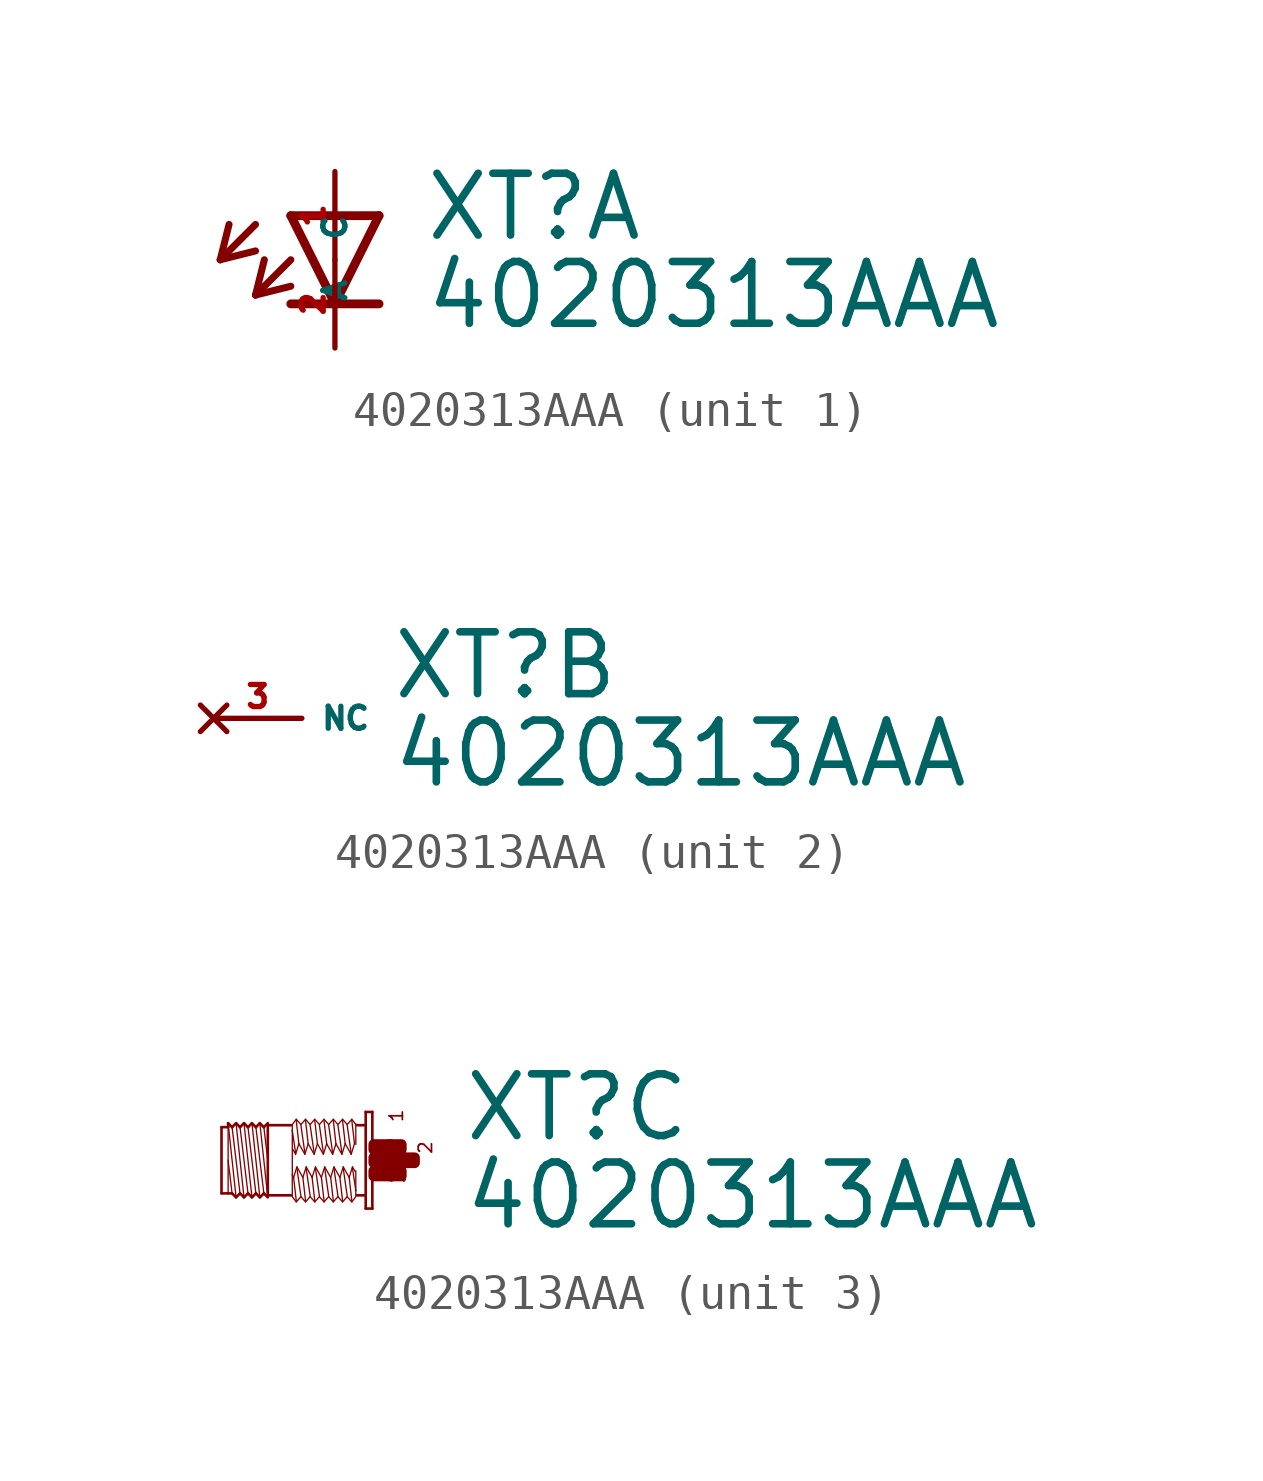
<source format=kicad_sym>
(kicad_symbol_lib
  (version 20220914)
  (generator Eagle2Kicad)
  (symbol "4020313AAA"
    (property "Reference" "XT"
      (at 2.54 0.483 0)
      (effects (font (size 1.778 1.778) (thickness 0.22)) (justify left bottom)))
    (property "Value" "4020313AAA"
      (at 2.54 -2.057 0)
      (effects (font (size 1.778 1.778) (thickness 0.22)) (justify left bottom)))
    (symbol "4020313AAA_1_0"
      (polyline (pts (xy -1.27 1.27) (xy 0 -1.27)) (stroke (width 0.254) (type default)) (fill (type none)))
      (polyline (pts (xy 0 -1.27) (xy 1.27 1.27)) (stroke (width 0.254) (type default)) (fill (type none)))
      (polyline (pts (xy 1.27 -1.27) (xy 0 -1.27)) (stroke (width 0.254) (type default)) (fill (type none)))
      (polyline (pts (xy 1.27 1.27) (xy -1.27 1.27)) (stroke (width 0.254) (type default)) (fill (type none)))
      (polyline (pts (xy 0 -1.27) (xy -1.27 -1.27)) (stroke (width 0.254) (type default)) (fill (type none)))
      (polyline (pts (xy -2.286 1.016) (xy -3.302 0)) (stroke (width 0.203) (type default)) (fill (type none)))
      (polyline (pts (xy -3.302 0) (xy -2.286 0.254)) (stroke (width 0.203) (type default)) (fill (type none)))
      (polyline (pts (xy -3.302 0) (xy -3.048 1.016)) (stroke (width 0.203) (type default)) (fill (type none)))
      (polyline (pts (xy -1.27 0) (xy -2.286 -1.016)) (stroke (width 0.203) (type default)) (fill (type none)))
      (polyline (pts (xy -2.286 -1.016) (xy -1.27 -0.762)) (stroke (width 0.203) (type default)) (fill (type none)))
      (polyline (pts (xy -2.286 -1.016) (xy -2.032 0)) (stroke (width 0.203) (type default)) (fill (type none)))
      (pin passive line (at 0 2.54 270) (length 2.54) (name "A" (effects (font (size 0.635 0.635) (thickness 0.08)) (justify left bottom))) (number "1" (effects (font (size 0.635 0.635) (thickness 0.08)) (justify left bottom))))
      (pin passive line (at 0 -2.54 90) (length 2.54) (name "C" (effects (font (size 0.635 0.635) (thickness 0.08)) (justify left bottom))) (number "2" (effects (font (size 0.635 0.635) (thickness 0.08)) (justify left bottom)))))
    (symbol "4020313AAA_2_0"
      (pin no_connect line (at -2.54 0 0) (length 2.54) (name "NC" (effects (font (size 0.635 0.635) (thickness 0.08)) (justify left bottom) hide)) (number "3" (effects (font (size 0.635 0.635) (thickness 0.08)) (justify left bottom) hide))))
    (symbol "4020313AAA_3_0"
      (polyline (pts (xy -3.048 -1.067) (xy -3.277 1.067)) (stroke (width 0.038) (type default)) (fill (type none)))
      (polyline (pts (xy -3.162 0.953) (xy -3.048 0)) (stroke (width 0.038) (type default)) (fill (type none)))
      (polyline (pts (xy -3.162 -0.953) (xy -3.391 0.953)) (stroke (width 0.038) (type default)) (fill (type none)))
      (polyline (pts (xy -3.277 -1.067) (xy -3.505 1.067)) (stroke (width 0.038) (type default)) (fill (type none)))
      (polyline (pts (xy -3.391 -0.953) (xy -3.619 0.953)) (stroke (width 0.038) (type default)) (fill (type none)))
      (polyline (pts (xy -3.505 -1.067) (xy -3.734 1.067)) (stroke (width 0.038) (type default)) (fill (type none)))
      (polyline (pts (xy -3.619 -0.953) (xy -3.848 0.953)) (stroke (width 0.038) (type default)) (fill (type none)))
      (polyline (pts (xy -3.734 -1.067) (xy -3.962 1.067)) (stroke (width 0.038) (type default)) (fill (type none)))
      (polyline (pts (xy -3.848 -0.953) (xy -4.077 0.953)) (stroke (width 0.038) (type default)) (fill (type none)))
      (polyline (pts (xy -3.962 -1.067) (xy -4.191 1.067)) (stroke (width 0.038) (type default)) (fill (type none)))
      (polyline (pts (xy -4.191 0) (xy -4.077 -0.953)) (stroke (width 0.038) (type default)) (fill (type none)))
      (polyline (pts (xy -4.191 1.029) (xy -4.191 0.953)) (stroke (width 0.038) (type default)) (fill (type none)))
      (polyline (pts (xy -4.191 0.953) (xy -4.191 -0.953)) (stroke (width 0.038) (type default)) (fill (type none)))
      (polyline (pts (xy -4.381 -0.953) (xy -4.381 0.953)) (stroke (width 0.076) (type default)) (fill (type none)))
      (polyline (pts (xy -4.381 0.953) (xy -4.191 0.953)) (stroke (width 0.076) (type default)) (fill (type none)))
      (polyline (pts (xy -4.191 0.953) (xy -4.191 1.067)) (stroke (width 0.076) (type default)) (fill (type none)))
      (polyline (pts (xy -4.191 1.067) (xy -4.077 0.953)) (stroke (width 0.076) (type default)) (fill (type none)))
      (polyline (pts (xy -4.077 0.953) (xy -3.962 1.067)) (stroke (width 0.076) (type default)) (fill (type none)))
      (polyline (pts (xy -3.962 1.067) (xy -3.848 0.953)) (stroke (width 0.076) (type default)) (fill (type none)))
      (polyline (pts (xy -3.848 0.953) (xy -3.734 1.067)) (stroke (width 0.076) (type default)) (fill (type none)))
      (polyline (pts (xy -3.734 1.067) (xy -3.619 0.953)) (stroke (width 0.076) (type default)) (fill (type none)))
      (polyline (pts (xy -3.619 0.953) (xy -3.505 1.067)) (stroke (width 0.076) (type default)) (fill (type none)))
      (polyline (pts (xy -3.277 1.067) (xy -3.162 0.953)) (stroke (width 0.076) (type default)) (fill (type none)))
      (polyline (pts (xy -3.162 0.953) (xy -3.048 1.067)) (stroke (width 0.076) (type default)) (fill (type none)))
      (polyline (pts (xy -3.048 -1.067) (xy -3.162 -0.953)) (stroke (width 0.076) (type default)) (fill (type none)))
      (polyline (pts (xy -3.162 -0.953) (xy -3.277 -1.067)) (stroke (width 0.076) (type default)) (fill (type none)))
      (polyline (pts (xy -3.277 -1.067) (xy -3.391 -0.953)) (stroke (width 0.076) (type default)) (fill (type none)))
      (polyline (pts (xy -3.391 -0.953) (xy -3.505 -1.067)) (stroke (width 0.076) (type default)) (fill (type none)))
      (polyline (pts (xy -3.505 -1.067) (xy -3.619 -0.953)) (stroke (width 0.076) (type default)) (fill (type none)))
      (polyline (pts (xy -3.619 -0.953) (xy -3.734 -1.067)) (stroke (width 0.076) (type default)) (fill (type none)))
      (polyline (pts (xy -3.734 -1.067) (xy -3.848 -0.953)) (stroke (width 0.076) (type default)) (fill (type none)))
      (polyline (pts (xy -3.848 -0.953) (xy -3.962 -1.067)) (stroke (width 0.076) (type default)) (fill (type none)))
      (polyline (pts (xy -3.962 -1.067) (xy -4.077 -0.953)) (stroke (width 0.076) (type default)) (fill (type none)))
      (polyline (pts (xy -4.077 -0.953) (xy -4.191 -0.953)) (stroke (width 0.076) (type default)) (fill (type none)))
      (polyline (pts (xy -4.191 -0.953) (xy -4.381 -0.953)) (stroke (width 0.076) (type default)) (fill (type none)))
      (polyline (pts (xy -3.048 1.029) (xy -3.048 1.01)) (stroke (width 0.076) (type default)) (fill (type none)))
      (polyline (pts (xy -3.048 1.01) (xy -3.048 -1.01)) (stroke (width 0.076) (type default)) (fill (type none)))
      (polyline (pts (xy -3.048 -1.01) (xy -3.048 -1.029)) (stroke (width 0.076) (type default)) (fill (type none)))
      (polyline (pts (xy -0.038 1.391) (xy -0.038 -1.391)) (stroke (width 0.076) (type default)) (fill (type none)))
      (polyline (pts (xy -0.038 -1.391) (xy -0.229 -1.391)) (stroke (width 0.076) (type default)) (fill (type none)))
      (polyline (pts (xy -0.229 -1.391) (xy -0.229 1.391)) (stroke (width 0.076) (type default)) (fill (type none)))
      (polyline (pts (xy -0.229 1.391) (xy -0.038 1.391)) (stroke (width 0.076) (type default)) (fill (type none)))
      (polyline (pts (xy -0.267 1.01) (xy -0.476 1.01)) (stroke (width 0.076) (type default)) (fill (type none)))
      (polyline (pts (xy -0.267 -1.01) (xy -0.476 -1.01)) (stroke (width 0.076) (type default)) (fill (type none)))
      (polyline (pts (xy -2.381 -1.01) (xy -3.048 -1.01)) (stroke (width 0.076) (type default)) (fill (type none)))
      (polyline (pts (xy -3.048 1.01) (xy -2.381 1.01)) (stroke (width 0.076) (type default)) (fill (type none)))
      (polyline (pts (xy -0.514 -1.048) (xy -0.629 -1.2)) (stroke (width 0.038) (type default)) (fill (type none)))
      (polyline (pts (xy -0.629 -1.2) (xy -0.762 -1.048)) (stroke (width 0.038) (type default)) (fill (type none)))
      (polyline (pts (xy -0.762 -1.048) (xy -0.895 -1.2)) (stroke (width 0.038) (type default)) (fill (type none)))
      (polyline (pts (xy -0.895 -1.2) (xy -1.029 -1.048)) (stroke (width 0.038) (type default)) (fill (type none)))
      (polyline (pts (xy -1.029 -1.048) (xy -1.162 -1.2)) (stroke (width 0.038) (type default)) (fill (type none)))
      (polyline (pts (xy -1.162 -1.2) (xy -1.295 -1.048)) (stroke (width 0.038) (type default)) (fill (type none)))
      (polyline (pts (xy -1.295 -1.048) (xy -1.429 -1.2)) (stroke (width 0.038) (type default)) (fill (type none)))
      (polyline (pts (xy -1.429 -1.2) (xy -1.562 -1.048)) (stroke (width 0.038) (type default)) (fill (type none)))
      (polyline (pts (xy -1.562 -1.048) (xy -1.696 -1.2)) (stroke (width 0.038) (type default)) (fill (type none)))
      (polyline (pts (xy -1.696 -1.2) (xy -1.829 -1.048)) (stroke (width 0.038) (type default)) (fill (type none)))
      (polyline (pts (xy -1.829 -1.048) (xy -1.962 -1.2)) (stroke (width 0.038) (type default)) (fill (type none)))
      (polyline (pts (xy -1.962 -1.2) (xy -2.095 -1.048)) (stroke (width 0.038) (type default)) (fill (type none)))
      (polyline (pts (xy -2.095 -1.048) (xy -2.229 -1.2)) (stroke (width 0.038) (type default)) (fill (type none)))
      (polyline (pts (xy -2.229 -1.2) (xy -2.343 -1.048)) (stroke (width 0.038) (type default)) (fill (type none)))
      (polyline (pts (xy -2.343 -1.048) (xy -2.343 -0.419)) (stroke (width 0.038) (type default)) (fill (type none)))
      (polyline (pts (xy -2.343 -0.419) (xy -2.343 0.857)) (stroke (width 0.038) (type default)) (fill (type none)))
      (polyline (pts (xy -2.343 0.857) (xy -2.343 1.029)) (stroke (width 0.038) (type default)) (fill (type none)))
      (polyline (pts (xy -0.514 1.048) (xy -0.514 1.029)) (stroke (width 0.038) (type default)) (fill (type none)))
      (polyline (pts (xy -0.514 1.029) (xy -0.514 0.457)) (stroke (width 0.038) (type default)) (fill (type none)))
      (polyline (pts (xy -0.514 -0.305) (xy -0.514 -0.876)) (stroke (width 0.038) (type default)) (fill (type none)))
      (polyline (pts (xy -0.514 -0.876) (xy -0.514 -1.029)) (stroke (width 0.038) (type default)) (fill (type none)))
      (polyline (pts (xy -0.533 -0.324) (xy -0.61 -0.191)) (stroke (width 0.038) (type default)) (fill (type none)))
      (polyline (pts (xy -0.61 -0.191) (xy -0.705 -0.495)) (stroke (width 0.038) (type default)) (fill (type none)))
      (polyline (pts (xy -0.705 -0.495) (xy -0.876 -0.191)) (stroke (width 0.038) (type default)) (fill (type none)))
      (polyline (pts (xy -0.876 -0.191) (xy -0.972 -0.495)) (stroke (width 0.038) (type default)) (fill (type none)))
      (polyline (pts (xy -0.972 -0.495) (xy -1.143 -0.191)) (stroke (width 0.038) (type default)) (fill (type none)))
      (polyline (pts (xy -1.143 -0.191) (xy -1.238 -0.495)) (stroke (width 0.038) (type default)) (fill (type none)))
      (polyline (pts (xy -1.238 -0.495) (xy -1.41 -0.191)) (stroke (width 0.038) (type default)) (fill (type none)))
      (polyline (pts (xy -1.41 -0.191) (xy -1.505 -0.495)) (stroke (width 0.038) (type default)) (fill (type none)))
      (polyline (pts (xy -1.505 -0.495) (xy -1.676 -0.191)) (stroke (width 0.038) (type default)) (fill (type none)))
      (polyline (pts (xy -1.676 -0.191) (xy -1.772 -0.495)) (stroke (width 0.038) (type default)) (fill (type none)))
      (polyline (pts (xy -1.772 -0.495) (xy -1.943 -0.191)) (stroke (width 0.038) (type default)) (fill (type none)))
      (polyline (pts (xy -1.943 -0.191) (xy -2.038 -0.495)) (stroke (width 0.038) (type default)) (fill (type none)))
      (polyline (pts (xy -2.038 -0.495) (xy -2.21 -0.191)) (stroke (width 0.038) (type default)) (fill (type none)))
      (polyline (pts (xy -2.21 -0.191) (xy -2.305 -0.495)) (stroke (width 0.038) (type default)) (fill (type none)))
      (polyline (pts (xy -2.305 -0.495) (xy -2.343 -0.419)) (stroke (width 0.038) (type default)) (fill (type none)))
      (polyline (pts (xy -2.229 -1.162) (xy -2.305 -0.495)) (stroke (width 0.038) (type default)) (fill (type none)))
      (polyline (pts (xy -2.095 -1.029) (xy -2.21 -0.229)) (stroke (width 0.038) (type default)) (fill (type none)))
      (polyline (pts (xy -1.962 -1.162) (xy -2.038 -0.495)) (stroke (width 0.038) (type default)) (fill (type none)))
      (polyline (pts (xy -1.829 -1.029) (xy -1.943 -0.229)) (stroke (width 0.038) (type default)) (fill (type none)))
      (polyline (pts (xy -1.562 -1.029) (xy -1.676 -0.229)) (stroke (width 0.038) (type default)) (fill (type none)))
      (polyline (pts (xy -1.429 -1.162) (xy -1.505 -0.495)) (stroke (width 0.038) (type default)) (fill (type none)))
      (polyline (pts (xy -1.295 -1.029) (xy -1.41 -0.229)) (stroke (width 0.038) (type default)) (fill (type none)))
      (polyline (pts (xy -1.162 -1.162) (xy -1.238 -0.495)) (stroke (width 0.038) (type default)) (fill (type none)))
      (polyline (pts (xy -1.029 -1.029) (xy -1.143 -0.229)) (stroke (width 0.038) (type default)) (fill (type none)))
      (polyline (pts (xy -0.895 -1.162) (xy -0.972 -0.495)) (stroke (width 0.038) (type default)) (fill (type none)))
      (polyline (pts (xy -0.762 -1.029) (xy -0.876 -0.229)) (stroke (width 0.038) (type default)) (fill (type none)))
      (polyline (pts (xy -0.629 -1.162) (xy -0.705 -0.495)) (stroke (width 0.038) (type default)) (fill (type none)))
      (polyline (pts (xy -0.514 -0.876) (xy -0.61 -0.229)) (stroke (width 0.038) (type default)) (fill (type none)))
      (polyline (pts (xy -2.343 1.029) (xy -2.229 1.181)) (stroke (width 0.038) (type default)) (fill (type none)))
      (polyline (pts (xy -2.229 1.181) (xy -2.095 1.029)) (stroke (width 0.038) (type default)) (fill (type none)))
      (polyline (pts (xy -2.095 1.029) (xy -1.962 1.181)) (stroke (width 0.038) (type default)) (fill (type none)))
      (polyline (pts (xy -1.962 1.181) (xy -1.829 1.029)) (stroke (width 0.038) (type default)) (fill (type none)))
      (polyline (pts (xy -1.829 1.029) (xy -1.696 1.181)) (stroke (width 0.038) (type default)) (fill (type none)))
      (polyline (pts (xy -1.696 1.181) (xy -1.562 1.029)) (stroke (width 0.038) (type default)) (fill (type none)))
      (polyline (pts (xy -1.562 1.029) (xy -1.429 1.181)) (stroke (width 0.038) (type default)) (fill (type none)))
      (polyline (pts (xy -1.429 1.181) (xy -1.295 1.029)) (stroke (width 0.038) (type default)) (fill (type none)))
      (polyline (pts (xy -1.295 1.029) (xy -1.162 1.181)) (stroke (width 0.038) (type default)) (fill (type none)))
      (polyline (pts (xy -1.162 1.181) (xy -1.029 1.029)) (stroke (width 0.038) (type default)) (fill (type none)))
      (polyline (pts (xy -1.029 1.029) (xy -0.895 1.181)) (stroke (width 0.038) (type default)) (fill (type none)))
      (polyline (pts (xy -0.895 1.181) (xy -0.762 1.029)) (stroke (width 0.038) (type default)) (fill (type none)))
      (polyline (pts (xy -0.762 1.029) (xy -0.629 1.181)) (stroke (width 0.038) (type default)) (fill (type none)))
      (polyline (pts (xy -0.629 1.181) (xy -0.514 1.029)) (stroke (width 0.038) (type default)) (fill (type none)))
      (polyline (pts (xy -2.324 0.305) (xy -2.248 0.172)) (stroke (width 0.038) (type default)) (fill (type none)))
      (polyline (pts (xy -2.248 0.172) (xy -2.153 0.476)) (stroke (width 0.038) (type default)) (fill (type none)))
      (polyline (pts (xy -2.153 0.476) (xy -1.981 0.172)) (stroke (width 0.038) (type default)) (fill (type none)))
      (polyline (pts (xy -1.981 0.172) (xy -1.886 0.476)) (stroke (width 0.038) (type default)) (fill (type none)))
      (polyline (pts (xy -1.886 0.476) (xy -1.714 0.172)) (stroke (width 0.038) (type default)) (fill (type none)))
      (polyline (pts (xy -1.714 0.172) (xy -1.619 0.476)) (stroke (width 0.038) (type default)) (fill (type none)))
      (polyline (pts (xy -1.619 0.476) (xy -1.448 0.172)) (stroke (width 0.038) (type default)) (fill (type none)))
      (polyline (pts (xy -1.448 0.172) (xy -1.353 0.476)) (stroke (width 0.038) (type default)) (fill (type none)))
      (polyline (pts (xy -1.353 0.476) (xy -1.181 0.172)) (stroke (width 0.038) (type default)) (fill (type none)))
      (polyline (pts (xy -1.181 0.172) (xy -1.086 0.476)) (stroke (width 0.038) (type default)) (fill (type none)))
      (polyline (pts (xy -1.086 0.476) (xy -0.914 0.172)) (stroke (width 0.038) (type default)) (fill (type none)))
      (polyline (pts (xy -0.914 0.172) (xy -0.819 0.476)) (stroke (width 0.038) (type default)) (fill (type none)))
      (polyline (pts (xy -0.819 0.476) (xy -0.648 0.172)) (stroke (width 0.038) (type default)) (fill (type none)))
      (polyline (pts (xy -0.648 0.172) (xy -0.552 0.476)) (stroke (width 0.038) (type default)) (fill (type none)))
      (polyline (pts (xy -0.629 1.143) (xy -0.552 0.476)) (stroke (width 0.038) (type default)) (fill (type none)))
      (polyline (pts (xy -0.762 1.01) (xy -0.648 0.21)) (stroke (width 0.038) (type default)) (fill (type none)))
      (polyline (pts (xy -0.895 1.143) (xy -0.819 0.476)) (stroke (width 0.038) (type default)) (fill (type none)))
      (polyline (pts (xy -1.029 1.01) (xy -0.914 0.21)) (stroke (width 0.038) (type default)) (fill (type none)))
      (polyline (pts (xy -1.162 1.143) (xy -1.086 0.476)) (stroke (width 0.038) (type default)) (fill (type none)))
      (polyline (pts (xy -1.295 1.01) (xy -1.181 0.21)) (stroke (width 0.038) (type default)) (fill (type none)))
      (polyline (pts (xy -1.429 1.143) (xy -1.353 0.476)) (stroke (width 0.038) (type default)) (fill (type none)))
      (polyline (pts (xy -1.562 1.01) (xy -1.448 0.21)) (stroke (width 0.038) (type default)) (fill (type none)))
      (polyline (pts (xy -1.696 1.143) (xy -1.619 0.476)) (stroke (width 0.038) (type default)) (fill (type none)))
      (polyline (pts (xy -1.829 1.01) (xy -1.714 0.21)) (stroke (width 0.038) (type default)) (fill (type none)))
      (polyline (pts (xy -1.962 1.143) (xy -1.886 0.476)) (stroke (width 0.038) (type default)) (fill (type none)))
      (polyline (pts (xy -2.095 1.01) (xy -1.981 0.21)) (stroke (width 0.038) (type default)) (fill (type none)))
      (polyline (pts (xy -2.229 1.143) (xy -2.153 0.476)) (stroke (width 0.038) (type default)) (fill (type none)))
      (polyline (pts (xy -2.343 0.857) (xy -2.248 0.21)) (stroke (width 0.038) (type default)) (fill (type none)))
      (polyline (pts (xy -1.696 -1.162) (xy -1.772 -0.495)) (stroke (width 0.038) (type default)) (fill (type none)))
      (polyline (pts (xy -3.277 1.067) (xy -3.391 0.953)) (stroke (width 0.076) (type default)) (fill (type none)))
      (polyline (pts (xy -3.391 0.953) (xy -3.505 1.067)) (stroke (width 0.076) (type default)) (fill (type none)))
      (text "1" (at 0.876 1.067 1800) (effects (font (size 0.381 0.381) (thickness 0.05)) (justify left bottom)))
      (text "3" (at 0.953 -0.686 1800) (effects (font (size 0.381 0.381) (thickness 0.05)) (justify left bottom)))
      (text "2" (at 1.714 0.152 1800) (effects (font (size 0.381 0.381) (thickness 0.05)) (justify left bottom)))
      (rectangle (start 0 -0.457) (end 0.495 -0.305) (stroke (width 0.3) (type default)) (fill (type outline)))
      (rectangle (start 0 -0.076) (end 0.876 0.076) (stroke (width 0.3) (type default)) (fill (type outline)))
      (rectangle (start 0.457 -0.457) (end 0.8 -0.305) (stroke (width 0.3) (type default)) (fill (type outline)))
      (rectangle (start 0.838 -0.076) (end 1.181 0.076) (stroke (width 0.3) (type default)) (fill (type outline)))
      (rectangle (start 0.457 0.305) (end 0.8 0.457) (stroke (width 0.3) (type default)) (fill (type outline)))
      (rectangle (start 0 0.305) (end 0.495 0.457) (stroke (width 0.3) (type default)) (fill (type outline))))))
</source>
